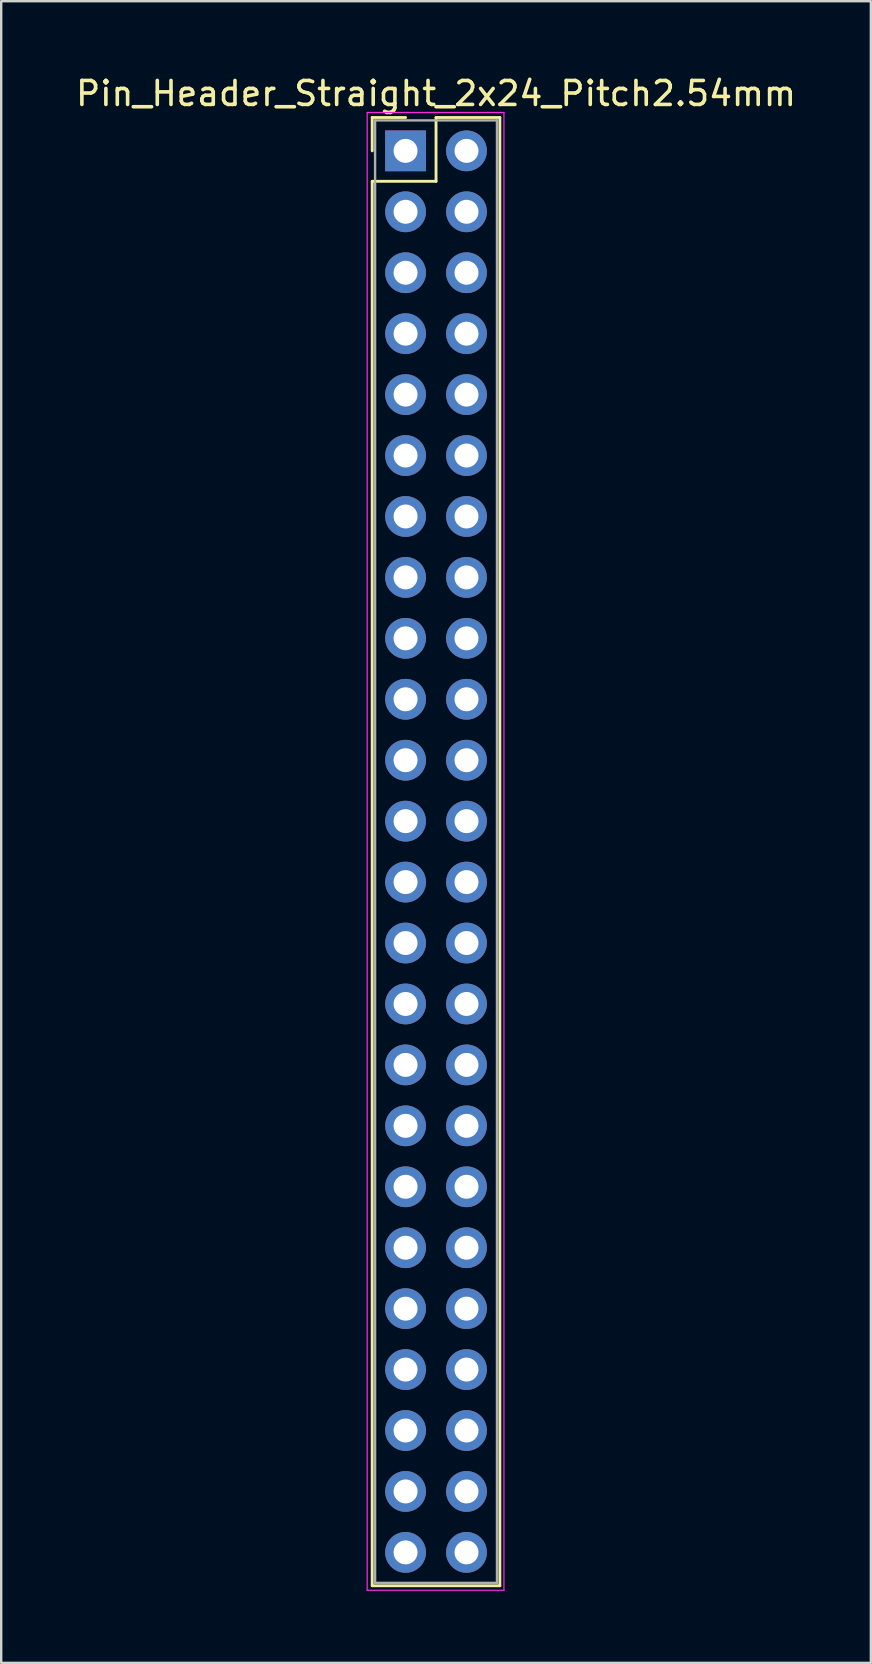
<source format=kicad_pcb>
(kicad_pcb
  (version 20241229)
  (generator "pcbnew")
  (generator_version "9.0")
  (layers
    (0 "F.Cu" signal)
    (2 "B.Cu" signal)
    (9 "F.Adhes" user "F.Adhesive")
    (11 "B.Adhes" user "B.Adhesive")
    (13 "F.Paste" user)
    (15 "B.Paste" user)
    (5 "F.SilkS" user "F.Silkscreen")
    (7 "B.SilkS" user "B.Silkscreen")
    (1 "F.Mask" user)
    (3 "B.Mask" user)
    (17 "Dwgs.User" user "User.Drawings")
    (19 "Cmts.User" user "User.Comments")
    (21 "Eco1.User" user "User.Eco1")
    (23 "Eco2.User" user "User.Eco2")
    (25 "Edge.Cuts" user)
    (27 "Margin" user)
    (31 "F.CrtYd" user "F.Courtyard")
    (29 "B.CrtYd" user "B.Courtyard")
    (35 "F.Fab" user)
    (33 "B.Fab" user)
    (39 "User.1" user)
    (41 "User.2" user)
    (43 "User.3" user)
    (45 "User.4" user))
  (footprint "Pin_Header_Straight_2x24_Pitch2.54mm"
    (layer "F.Cu")
    (at 13.855 3.238)
    (property "Reference" "Pin_Header_Straight_2x24_Pitch2.54mm" (at 1.27 -2.39 0) (layer "F.SilkS") (effects (font (size 1 1) (thickness 0.15))))
    (attr through_hole)
    (fp_line (start -1.39 -1.39) (end 0 -1.39) (stroke (width 0.12) (type solid)) (layer "F.SilkS"))
    (fp_line (start -1.39 0) (end -1.39 -1.39) (stroke (width 0.12) (type solid)) (layer "F.SilkS"))
    (fp_line (start -1.39 1.27) (end -1.39 59.81) (stroke (width 0.12) (type solid)) (layer "F.SilkS"))
    (fp_line (start -1.39 59.81) (end 3.93 59.81) (stroke (width 0.12) (type solid)) (layer "F.SilkS"))
    (fp_line (start 1.27 -1.39) (end 1.27 1.27) (stroke (width 0.12) (type solid)) (layer "F.SilkS"))
    (fp_line (start 1.27 1.27) (end -1.39 1.27) (stroke (width 0.12) (type solid)) (layer "F.SilkS"))
    (fp_line (start 3.93 -1.39) (end 1.27 -1.39) (stroke (width 0.12) (type solid)) (layer "F.SilkS"))
    (fp_line (start 3.93 59.81) (end 3.93 -1.39) (stroke (width 0.12) (type solid)) (layer "F.SilkS"))
    (fp_line (start -1.6 -1.6) (end -1.6 60) (stroke (width 0.05) (type solid)) (layer "F.CrtYd"))
    (fp_line (start -1.6 60) (end 4.1 60) (stroke (width 0.05) (type solid)) (layer "F.CrtYd"))
    (fp_line (start 4.1 -1.6) (end -1.6 -1.6) (stroke (width 0.05) (type solid)) (layer "F.CrtYd"))
    (fp_line (start 4.1 60) (end 4.1 -1.6) (stroke (width 0.05) (type solid)) (layer "F.CrtYd"))
    (fp_line (start -1.27 -1.27) (end -1.27 59.69) (stroke (width 0.1) (type solid)) (layer "F.Fab"))
    (fp_line (start -1.27 59.69) (end 3.81 59.69) (stroke (width 0.1) (type solid)) (layer "F.Fab"))
    (fp_line (start 3.81 -1.27) (end -1.27 -1.27) (stroke (width 0.1) (type solid)) (layer "F.Fab"))
    (fp_line (start 3.81 59.69) (end 3.81 -1.27) (stroke (width 0.1) (type solid)) (layer "F.Fab"))
    (pad "1" thru_hole rect (at 0 0) (size 1.7 1.7) (drill 1) (layers "*.Cu" "*.Mask"))
    (pad "2" thru_hole oval (at 2.54 0) (size 1.7 1.7) (drill 1) (layers "*.Cu" "*.Mask"))
    (pad "3" thru_hole oval (at 0 2.54) (size 1.7 1.7) (drill 1) (layers "*.Cu" "*.Mask"))
    (pad "4" thru_hole oval (at 2.54 2.54) (size 1.7 1.7) (drill 1) (layers "*.Cu" "*.Mask"))
    (pad "5" thru_hole oval (at 0 5.08) (size 1.7 1.7) (drill 1) (layers "*.Cu" "*.Mask"))
    (pad "6" thru_hole oval (at 2.54 5.08) (size 1.7 1.7) (drill 1) (layers "*.Cu" "*.Mask"))
    (pad "7" thru_hole oval (at 0 7.62) (size 1.7 1.7) (drill 1) (layers "*.Cu" "*.Mask"))
    (pad "8" thru_hole oval (at 2.54 7.62) (size 1.7 1.7) (drill 1) (layers "*.Cu" "*.Mask"))
    (pad "9" thru_hole oval (at 0 10.16) (size 1.7 1.7) (drill 1) (layers "*.Cu" "*.Mask"))
    (pad "10" thru_hole oval (at 2.54 10.16) (size 1.7 1.7) (drill 1) (layers "*.Cu" "*.Mask"))
    (pad "11" thru_hole oval (at 0 12.7) (size 1.7 1.7) (drill 1) (layers "*.Cu" "*.Mask"))
    (pad "12" thru_hole oval (at 2.54 12.7) (size 1.7 1.7) (drill 1) (layers "*.Cu" "*.Mask"))
    (pad "13" thru_hole oval (at 0 15.24) (size 1.7 1.7) (drill 1) (layers "*.Cu" "*.Mask"))
    (pad "14" thru_hole oval (at 2.54 15.24) (size 1.7 1.7) (drill 1) (layers "*.Cu" "*.Mask"))
    (pad "15" thru_hole oval (at 0 17.78) (size 1.7 1.7) (drill 1) (layers "*.Cu" "*.Mask"))
    (pad "16" thru_hole oval (at 2.54 17.78) (size 1.7 1.7) (drill 1) (layers "*.Cu" "*.Mask"))
    (pad "17" thru_hole oval (at 0 20.32) (size 1.7 1.7) (drill 1) (layers "*.Cu" "*.Mask"))
    (pad "18" thru_hole oval (at 2.54 20.32) (size 1.7 1.7) (drill 1) (layers "*.Cu" "*.Mask"))
    (pad "19" thru_hole oval (at 0 22.86) (size 1.7 1.7) (drill 1) (layers "*.Cu" "*.Mask"))
    (pad "20" thru_hole oval (at 2.54 22.86) (size 1.7 1.7) (drill 1) (layers "*.Cu" "*.Mask"))
    (pad "21" thru_hole oval (at 0 25.4) (size 1.7 1.7) (drill 1) (layers "*.Cu" "*.Mask"))
    (pad "22" thru_hole oval (at 2.54 25.4) (size 1.7 1.7) (drill 1) (layers "*.Cu" "*.Mask"))
    (pad "23" thru_hole oval (at 0 27.94) (size 1.7 1.7) (drill 1) (layers "*.Cu" "*.Mask"))
    (pad "24" thru_hole oval (at 2.54 27.94) (size 1.7 1.7) (drill 1) (layers "*.Cu" "*.Mask"))
    (pad "25" thru_hole oval (at 0 30.48) (size 1.7 1.7) (drill 1) (layers "*.Cu" "*.Mask"))
    (pad "26" thru_hole oval (at 2.54 30.48) (size 1.7 1.7) (drill 1) (layers "*.Cu" "*.Mask"))
    (pad "27" thru_hole oval (at 0 33.02) (size 1.7 1.7) (drill 1) (layers "*.Cu" "*.Mask"))
    (pad "28" thru_hole oval (at 2.54 33.02) (size 1.7 1.7) (drill 1) (layers "*.Cu" "*.Mask"))
    (pad "29" thru_hole oval (at 0 35.56) (size 1.7 1.7) (drill 1) (layers "*.Cu" "*.Mask"))
    (pad "30" thru_hole oval (at 2.54 35.56) (size 1.7 1.7) (drill 1) (layers "*.Cu" "*.Mask"))
    (pad "31" thru_hole oval (at 0 38.1) (size 1.7 1.7) (drill 1) (layers "*.Cu" "*.Mask"))
    (pad "32" thru_hole oval (at 2.54 38.1) (size 1.7 1.7) (drill 1) (layers "*.Cu" "*.Mask"))
    (pad "33" thru_hole oval (at 0 40.64) (size 1.7 1.7) (drill 1) (layers "*.Cu" "*.Mask"))
    (pad "34" thru_hole oval (at 2.54 40.64) (size 1.7 1.7) (drill 1) (layers "*.Cu" "*.Mask"))
    (pad "35" thru_hole oval (at 0 43.18) (size 1.7 1.7) (drill 1) (layers "*.Cu" "*.Mask"))
    (pad "36" thru_hole oval (at 2.54 43.18) (size 1.7 1.7) (drill 1) (layers "*.Cu" "*.Mask"))
    (pad "37" thru_hole oval (at 0 45.72) (size 1.7 1.7) (drill 1) (layers "*.Cu" "*.Mask"))
    (pad "38" thru_hole oval (at 2.54 45.72) (size 1.7 1.7) (drill 1) (layers "*.Cu" "*.Mask"))
    (pad "39" thru_hole oval (at 0 48.26) (size 1.7 1.7) (drill 1) (layers "*.Cu" "*.Mask"))
    (pad "40" thru_hole oval (at 2.54 48.26) (size 1.7 1.7) (drill 1) (layers "*.Cu" "*.Mask"))
    (pad "41" thru_hole oval (at 0 50.8) (size 1.7 1.7) (drill 1) (layers "*.Cu" "*.Mask"))
    (pad "42" thru_hole oval (at 2.54 50.8) (size 1.7 1.7) (drill 1) (layers "*.Cu" "*.Mask"))
    (pad "43" thru_hole oval (at 0 53.34) (size 1.7 1.7) (drill 1) (layers "*.Cu" "*.Mask"))
    (pad "44" thru_hole oval (at 2.54 53.34) (size 1.7 1.7) (drill 1) (layers "*.Cu" "*.Mask"))
    (pad "45" thru_hole oval (at 0 55.88) (size 1.7 1.7) (drill 1) (layers "*.Cu" "*.Mask"))
    (pad "46" thru_hole oval (at 2.54 55.88) (size 1.7 1.7) (drill 1) (layers "*.Cu" "*.Mask"))
    (pad "47" thru_hole oval (at 0 58.42) (size 1.7 1.7) (drill 1) (layers "*.Cu" "*.Mask"))
    (pad "48" thru_hole oval (at 2.54 58.42) (size 1.7 1.7) (drill 1) (layers "*.Cu" "*.Mask")))
  (gr_rect
    (start -3 -3)
    (end 33.25 66.263)
    (stroke (width 0.1) (type default))
    (fill no)
    (layer "Edge.Cuts")))
</source>
